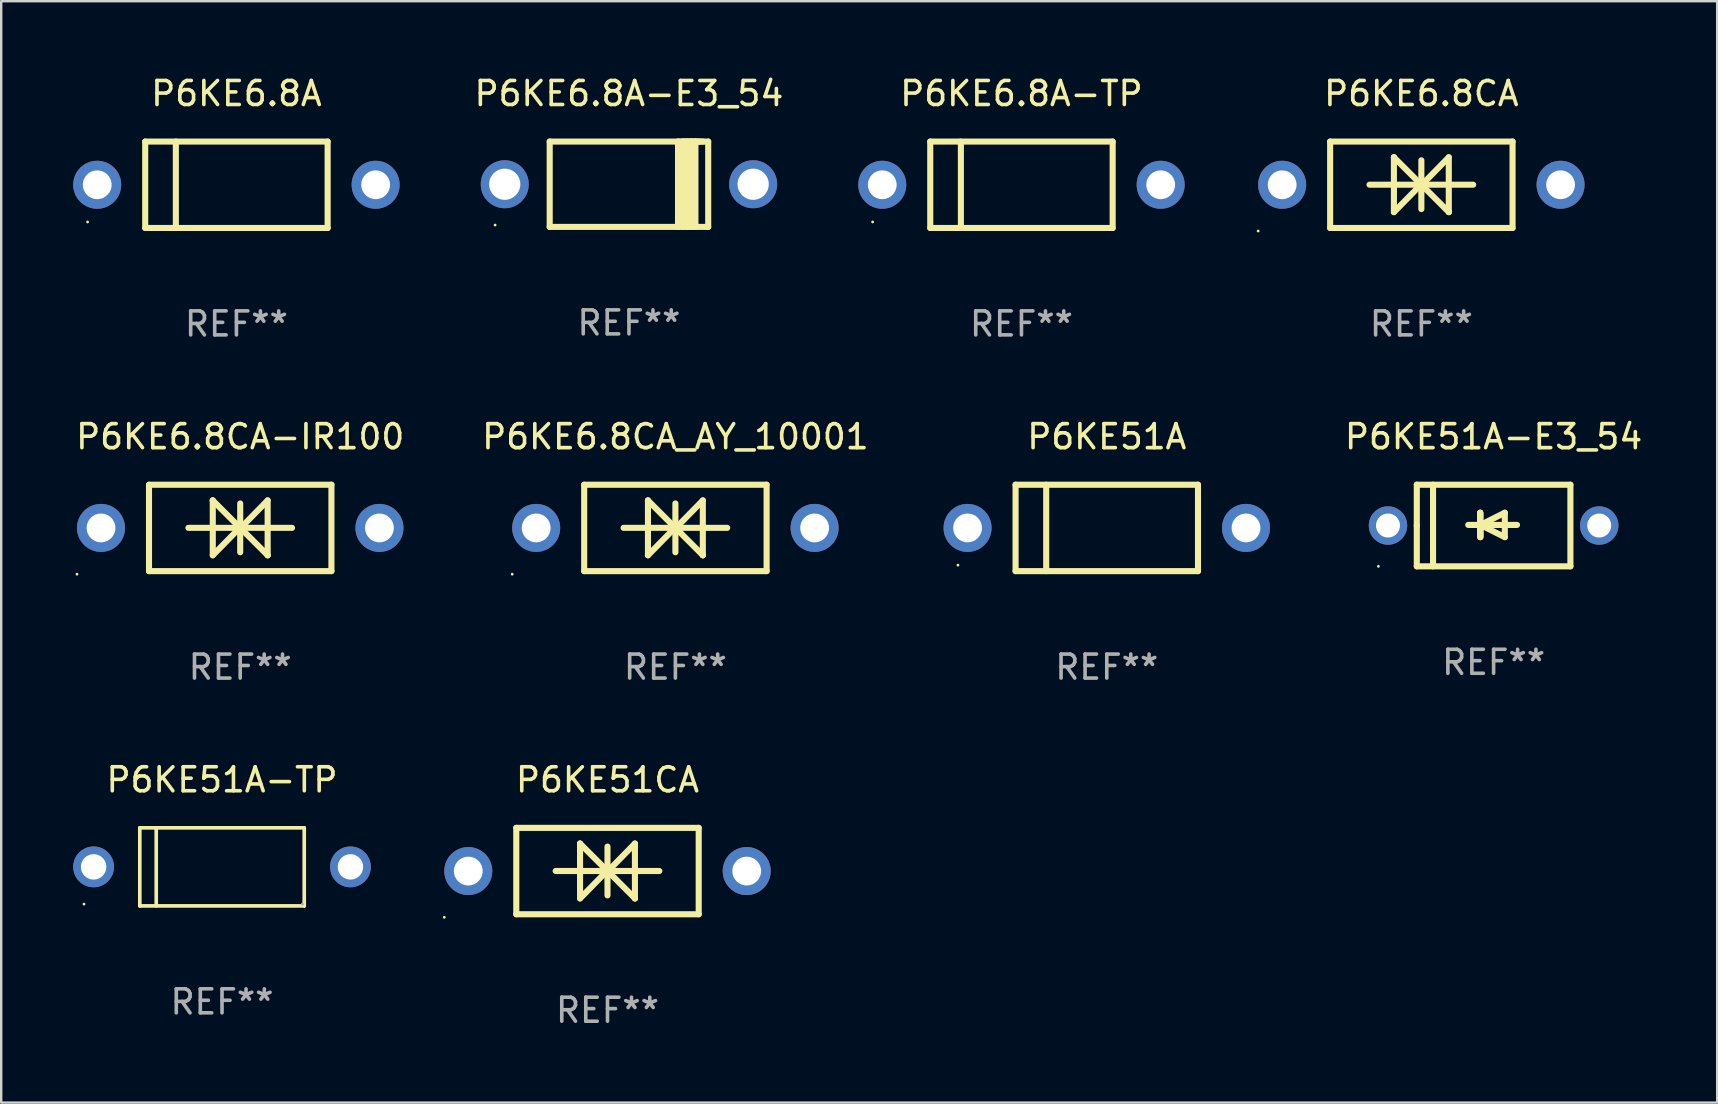
<source format=kicad_pcb>
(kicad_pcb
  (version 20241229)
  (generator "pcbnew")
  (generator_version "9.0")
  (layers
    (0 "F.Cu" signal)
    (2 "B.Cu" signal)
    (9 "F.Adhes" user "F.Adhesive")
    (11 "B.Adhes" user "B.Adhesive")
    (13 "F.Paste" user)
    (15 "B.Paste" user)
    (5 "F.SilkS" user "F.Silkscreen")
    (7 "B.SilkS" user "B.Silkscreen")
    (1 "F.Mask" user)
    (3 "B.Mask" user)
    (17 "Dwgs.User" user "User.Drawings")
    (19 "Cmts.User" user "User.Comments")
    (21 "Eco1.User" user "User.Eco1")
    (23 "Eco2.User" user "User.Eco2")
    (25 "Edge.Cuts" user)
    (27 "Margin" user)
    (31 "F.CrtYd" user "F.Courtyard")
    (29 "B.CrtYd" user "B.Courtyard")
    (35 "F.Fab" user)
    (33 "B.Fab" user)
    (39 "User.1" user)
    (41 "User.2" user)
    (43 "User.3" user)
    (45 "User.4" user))
  (footprint "P6KE6.8A-TP"
    (layer "F.Cu")
    (at 39.507 4.648)
    (property "Reference" "P6KE6.8A-TP" (at 0 -3.8 0) (layer "F.SilkS") (effects (font (size 1 1) (thickness 0.15))))
    (attr through_hole)
    (fp_line (start -3.8 -1.8) (end -3.8 1.8) (stroke (width 0.254) (type solid)) (layer "F.SilkS"))
    (fp_line (start -3.8 -1.8) (end 3.8 -1.8) (stroke (width 0.254) (type solid)) (layer "F.SilkS"))
    (fp_line (start -3.8 1.8) (end 3.8 1.8) (stroke (width 0.254) (type solid)) (layer "F.SilkS"))
    (fp_line (start -2.524 -1.8) (end -2.524 1.8) (stroke (width 0.254) (type solid)) (layer "F.SilkS"))
    (fp_line (start 3.8 -1.8) (end 3.8 1.8) (stroke (width 0.254) (type solid)) (layer "F.SilkS"))
    (fp_circle (center -6.2 1.55) (end -6.17 1.55) (stroke (width 0.06) (type solid)) (fill no) (layer "F.SilkS"))
    (fp_text user "REF**" (at 0 5.8 0) (layer "F.Fab") (effects (font (size 1 1) (thickness 0.15))))
    (pad "1" thru_hole circle (at -5.8 0) (size 2 2) (drill 1.2) (layers "*.Cu" "*.Mask"))
    (pad "2" thru_hole circle (at 5.8 0) (size 2 2) (drill 1.2) (layers "*.Cu" "*.Mask")))
  (footprint "P6KE6.8CA-IR100"
    (layer "F.Cu")
    (at 6.958 18.945)
    (property "Reference" "P6KE6.8CA-IR100" (at 0 -3.8 0) (layer "F.SilkS") (effects (font (size 1 1) (thickness 0.15))))
    (attr through_hole)
    (fp_line (start -3.8 -1.8) (end -3.8 1.8) (stroke (width 0.254) (type solid)) (layer "F.SilkS"))
    (fp_line (start -3.8 -1.8) (end 3.8 -1.8) (stroke (width 0.254) (type solid)) (layer "F.SilkS"))
    (fp_line (start -3.8 1.8) (end 3.8 1.8) (stroke (width 0.254) (type solid)) (layer "F.SilkS"))
    (fp_line (start -2.159 -0.003) (end 2.159 -0.003) (stroke (width 0.254) (type solid)) (layer "F.SilkS"))
    (fp_line (start -1.143 -1.146) (end -1.143 1.14) (stroke (width 0.254) (type solid)) (layer "F.SilkS"))
    (fp_line (start -1.143 -1.143) (end -1.143 -1.146) (stroke (width 0.254) (type solid)) (layer "F.SilkS"))
    (fp_line (start 0 -1.019) (end 0 1.013) (stroke (width 0.254) (type solid)) (layer "F.SilkS"))
    (fp_line (start 0 -0.026) (end -1.143 1.14) (stroke (width 0.254) (type solid)) (layer "F.SilkS"))
    (fp_line (start 0 -0.006) (end 1.143 1.137) (stroke (width 0.254) (type solid)) (layer "F.SilkS"))
    (fp_line (start 0 0) (end -1.143 -1.143) (stroke (width 0.254) (type solid)) (layer "F.SilkS"))
    (fp_line (start 0 0.02) (end 1.143 -1.146) (stroke (width 0.254) (type solid)) (layer "F.SilkS"))
    (fp_line (start 1.143 1.137) (end 1.143 1.14) (stroke (width 0.254) (type solid)) (layer "F.SilkS"))
    (fp_line (start 1.143 1.14) (end 1.143 -1.146) (stroke (width 0.254) (type solid)) (layer "F.SilkS"))
    (fp_line (start 3.8 -1.8) (end 3.8 1.8) (stroke (width 0.254) (type solid)) (layer "F.SilkS"))
    (fp_circle (center -6.8 1.927) (end -6.77 1.927) (stroke (width 0.06) (type solid)) (fill no) (layer "F.SilkS"))
    (fp_text user "REF**" (at 0 5.8 0) (layer "F.Fab") (effects (font (size 1 1) (thickness 0.15))))
    (pad "1" thru_hole circle (at -5.8 0) (size 2 2) (drill 1.2) (layers "*.Cu" "*.Mask"))
    (pad "2" thru_hole circle (at 5.8 0) (size 2 2) (drill 1.2) (layers "*.Cu" "*.Mask")))
  (footprint "P6KE51A"
    (layer "F.Cu")
    (at 43.062 18.945)
    (property "Reference" "P6KE51A" (at 0 -3.8 0) (layer "F.SilkS") (effects (font (size 1 1) (thickness 0.15))))
    (attr through_hole)
    (fp_line (start -3.8 -1.8) (end -3.8 1.8) (stroke (width 0.254) (type solid)) (layer "F.SilkS"))
    (fp_line (start -3.8 -1.8) (end 3.8 -1.8) (stroke (width 0.254) (type solid)) (layer "F.SilkS"))
    (fp_line (start -3.8 1.8) (end 3.8 1.8) (stroke (width 0.254) (type solid)) (layer "F.SilkS"))
    (fp_line (start -2.524 -1.8) (end -2.524 1.8) (stroke (width 0.254) (type solid)) (layer "F.SilkS"))
    (fp_line (start 3.8 -1.8) (end 3.8 1.8) (stroke (width 0.254) (type solid)) (layer "F.SilkS"))
    (fp_circle (center -6.2 1.55) (end -6.17 1.55) (stroke (width 0.06) (type solid)) (fill no) (layer "F.SilkS"))
    (fp_text user "REF**" (at 0 5.8 0) (layer "F.Fab") (effects (font (size 1 1) (thickness 0.15))))
    (pad "1" thru_hole circle (at -5.8 0) (size 2 2) (drill 1.2) (layers "*.Cu" "*.Mask"))
    (pad "2" thru_hole circle (at 5.8 0) (size 2 2) (drill 1.2) (layers "*.Cu" "*.Mask")))
  (footprint "P6KE6.8A"
    (layer "F.Cu")
    (at 6.8 4.648)
    (property "Reference" "P6KE6.8A" (at 0 -3.8 0) (layer "F.SilkS") (effects (font (size 1 1) (thickness 0.15))))
    (attr through_hole)
    (fp_line (start -3.8 -1.8) (end -3.8 1.8) (stroke (width 0.254) (type solid)) (layer "F.SilkS"))
    (fp_line (start -3.8 -1.8) (end 3.8 -1.8) (stroke (width 0.254) (type solid)) (layer "F.SilkS"))
    (fp_line (start -3.8 1.8) (end 3.8 1.8) (stroke (width 0.254) (type solid)) (layer "F.SilkS"))
    (fp_line (start -2.524 -1.8) (end -2.524 1.8) (stroke (width 0.254) (type solid)) (layer "F.SilkS"))
    (fp_line (start 3.8 -1.8) (end 3.8 1.8) (stroke (width 0.254) (type solid)) (layer "F.SilkS"))
    (fp_circle (center -6.2 1.55) (end -6.17 1.55) (stroke (width 0.06) (type solid)) (fill no) (layer "F.SilkS"))
    (fp_text user "REF**" (at 0 5.8 0) (layer "F.Fab") (effects (font (size 1 1) (thickness 0.15))))
    (pad "1" thru_hole circle (at -5.8 0) (size 2 2) (drill 1.2) (layers "*.Cu" "*.Mask"))
    (pad "2" thru_hole circle (at 5.8 0) (size 2 2) (drill 1.2) (layers "*.Cu" "*.Mask")))
  (footprint "P6KE51A-TP"
    (layer "F.Cu")
    (at 6.2 33.067)
    (property "Reference" "P6KE51A-TP" (at 0 -3.626 0) (layer "F.SilkS") (effects (font (size 1 1) (thickness 0.15))))
    (attr through_hole)
    (fp_line (start -3.426 -1.626) (end 3.426 -1.626) (stroke (width 0.152) (type solid)) (layer "F.SilkS"))
    (fp_line (start -3.426 1.626) (end -3.426 -1.626) (stroke (width 0.152) (type solid)) (layer "F.SilkS"))
    (fp_line (start -2.741 -1.626) (end -2.741 1.626) (stroke (width 0.152) (type solid)) (layer "F.SilkS"))
    (fp_line (start 3.426 -1.626) (end 3.426 1.626) (stroke (width 0.152) (type solid)) (layer "F.SilkS"))
    (fp_line (start 3.426 1.626) (end -3.426 1.626) (stroke (width 0.152) (type solid)) (layer "F.SilkS"))
    (fp_circle (center -5.75 1.55) (end -5.72 1.55) (stroke (width 0.06) (type solid)) (fill no) (layer "F.SilkS"))
    (fp_circle (center 3.35 1.55) (end 3.38 1.55) (stroke (width 0.06) (type solid)) (fill no) (layer "F.Fab"))
    (fp_text user "REF**" (at 0 5.626 0) (layer "F.Fab") (effects (font (size 1 1) (thickness 0.15))))
    (pad "1" thru_hole circle (at -5.35 -0.000013) (size 1.7 1.7) (drill 1.06) (layers "*.Cu" "*.Mask"))
    (pad "2" thru_hole circle (at 5.35 -0.000013) (size 1.7 1.7) (drill 1.06) (layers "*.Cu" "*.Mask")))
  (footprint "P6KE51A-E3_54"
    (layer "F.Cu")
    (at 59.178 18.845)
    (property "Reference" "P6KE51A-E3_54" (at 0 -3.7 0) (layer "F.SilkS") (effects (font (size 1 1) (thickness 0.15))))
    (attr through_hole)
    (fp_line (start -3.2 -1.7) (end 3.2 -1.7) (stroke (width 0.254) (type solid)) (layer "F.SilkS"))
    (fp_line (start -3.2 0) (end -3.2 -1.7) (stroke (width 0.254) (type solid)) (layer "F.SilkS"))
    (fp_line (start -3.2 1.7) (end -3.2 0) (stroke (width 0.254) (type solid)) (layer "F.SilkS"))
    (fp_line (start -2.523 -1.7) (end -2.523 1.7) (stroke (width 0.254) (type solid)) (layer "F.SilkS"))
    (fp_line (start -0.561 -0.533) (end -0.561 0.483) (stroke (width 0.254) (type solid)) (layer "F.SilkS"))
    (fp_line (start -0.561 -0.025) (end -0.561 -0.533) (stroke (width 0.254) (type solid)) (layer "F.SilkS"))
    (fp_line (start -0.549 -0.025) (end -0.549 0.483) (stroke (width 0.254) (type solid)) (layer "F.SilkS"))
    (fp_line (start -0.549 -0.025) (end 0.467 0.483) (stroke (width 0.254) (type solid)) (layer "F.SilkS"))
    (fp_line (start -0.549 0.483) (end -0.549 -0.533) (stroke (width 0.254) (type solid)) (layer "F.SilkS"))
    (fp_line (start 0.467 -0.533) (end -0.549 -0.025) (stroke (width 0.254) (type solid)) (layer "F.SilkS"))
    (fp_line (start 0.467 0.483) (end 0.467 -0.533) (stroke (width 0.254) (type solid)) (layer "F.SilkS"))
    (fp_line (start 0.975 -0.025) (end -1.057 -0.025) (stroke (width 0.254) (type solid)) (layer "F.SilkS"))
    (fp_line (start 3.2 -1.7) (end 3.2 1.7) (stroke (width 0.254) (type solid)) (layer "F.SilkS"))
    (fp_line (start 3.2 1.7) (end -3.2 1.7) (stroke (width 0.254) (type solid)) (layer "F.SilkS"))
    (fp_circle (center -4.8 1.7) (end -4.77 1.7) (stroke (width 0.06) (type solid)) (fill no) (layer "F.SilkS"))
    (fp_text user "REF**" (at 0 5.7 0) (layer "F.Fab") (effects (font (size 1 1) (thickness 0.15))))
    (pad "1" thru_hole circle (at -4.4 0) (size 1.6 1.6) (drill 1) (layers "*.Cu" "*.Mask"))
    (pad "2" thru_hole circle (at 4.4 0) (size 1.6 1.6) (drill 1) (layers "*.Cu" "*.Mask")))
  (footprint "P6KE6.8CA"
    (layer "F.Cu")
    (at 56.168 4.648)
    (property "Reference" "P6KE6.8CA" (at 0 -3.8 0) (layer "F.SilkS") (effects (font (size 1 1) (thickness 0.15))))
    (attr through_hole)
    (fp_line (start -3.8 -1.8) (end -3.8 1.8) (stroke (width 0.254) (type solid)) (layer "F.SilkS"))
    (fp_line (start -3.8 -1.8) (end 3.8 -1.8) (stroke (width 0.254) (type solid)) (layer "F.SilkS"))
    (fp_line (start -3.8 1.8) (end 3.8 1.8) (stroke (width 0.254) (type solid)) (layer "F.SilkS"))
    (fp_line (start -2.159 -0.003) (end 2.159 -0.003) (stroke (width 0.254) (type solid)) (layer "F.SilkS"))
    (fp_line (start -1.143 -1.146) (end -1.143 1.14) (stroke (width 0.254) (type solid)) (layer "F.SilkS"))
    (fp_line (start -1.143 -1.143) (end -1.143 -1.146) (stroke (width 0.254) (type solid)) (layer "F.SilkS"))
    (fp_line (start 0 -1.019) (end 0 1.013) (stroke (width 0.254) (type solid)) (layer "F.SilkS"))
    (fp_line (start 0 -0.026) (end -1.143 1.14) (stroke (width 0.254) (type solid)) (layer "F.SilkS"))
    (fp_line (start 0 -0.006) (end 1.143 1.137) (stroke (width 0.254) (type solid)) (layer "F.SilkS"))
    (fp_line (start 0 0) (end -1.143 -1.143) (stroke (width 0.254) (type solid)) (layer "F.SilkS"))
    (fp_line (start 0 0.02) (end 1.143 -1.146) (stroke (width 0.254) (type solid)) (layer "F.SilkS"))
    (fp_line (start 1.143 1.137) (end 1.143 1.14) (stroke (width 0.254) (type solid)) (layer "F.SilkS"))
    (fp_line (start 1.143 1.14) (end 1.143 -1.146) (stroke (width 0.254) (type solid)) (layer "F.SilkS"))
    (fp_line (start 3.8 -1.8) (end 3.8 1.8) (stroke (width 0.254) (type solid)) (layer "F.SilkS"))
    (fp_circle (center -6.8 1.927) (end -6.77 1.927) (stroke (width 0.06) (type solid)) (fill no) (layer "F.SilkS"))
    (fp_text user "REF**" (at 0 5.8 0) (layer "F.Fab") (effects (font (size 1 1) (thickness 0.15))))
    (pad "1" thru_hole circle (at -5.8 0) (size 2 2) (drill 1.2) (layers "*.Cu" "*.Mask"))
    (pad "2" thru_hole circle (at 5.8 0) (size 2 2) (drill 1.2) (layers "*.Cu" "*.Mask")))
  (footprint "P6KE6.8A-E3_54"
    (layer "F.Cu")
    (at 23.154 4.626)
    (property "Reference" "P6KE6.8A-E3_54" (at 0 -3.778 0) (layer "F.SilkS") (effects (font (size 1 1) (thickness 0.15))))
    (attr through_hole)
    (fp_line (start -3.302 -1.778) (end -3.302 1.778) (stroke (width 0.254) (type solid)) (layer "F.SilkS"))
    (fp_line (start -3.302 1.778) (end 3.302 1.778) (stroke (width 0.254) (type solid)) (layer "F.SilkS"))
    (fp_line (start 2.045 -1.778) (end 2.045 1.778) (stroke (width 0.254) (type solid)) (layer "F.SilkS"))
    (fp_line (start 2.261 -1.778) (end 2.261 1.778) (stroke (width 0.254) (type solid)) (layer "F.SilkS"))
    (fp_line (start 2.421 -1.778) (end 2.045 -1.778) (stroke (width 0.254) (type solid)) (layer "F.SilkS"))
    (fp_line (start 2.439 -1.778) (end 2.439 1.778) (stroke (width 0.254) (type solid)) (layer "F.SilkS"))
    (fp_line (start 2.579 -1.778) (end 2.261 -1.778) (stroke (width 0.254) (type solid)) (layer "F.SilkS"))
    (fp_line (start 2.604 -1.778) (end 2.604 1.778) (stroke (width 0.254) (type solid)) (layer "F.SilkS"))
    (fp_line (start 2.757 -1.778) (end 2.439 -1.778) (stroke (width 0.254) (type solid)) (layer "F.SilkS"))
    (fp_line (start 2.769 -1.778) (end 2.769 1.778) (stroke (width 0.254) (type solid)) (layer "F.SilkS"))
    (fp_line (start 2.922 -1.778) (end 2.604 -1.778) (stroke (width 0.254) (type solid)) (layer "F.SilkS"))
    (fp_line (start 3.087 -1.778) (end 2.769 -1.778) (stroke (width 0.254) (type solid)) (layer "F.SilkS"))
    (fp_line (start 3.302 -1.778) (end -3.302 -1.778) (stroke (width 0.254) (type solid)) (layer "F.SilkS"))
    (fp_line (start 3.302 1.778) (end 3.302 -1.778) (stroke (width 0.254) (type solid)) (layer "F.SilkS"))
    (fp_circle (center -5.576 1.7) (end -5.546 1.7) (stroke (width 0.06) (type solid)) (fill no) (layer "F.SilkS"))
    (fp_text user "REF**" (at 0 5.778 0) (layer "F.Fab") (effects (font (size 1 1) (thickness 0.15))))
    (pad "1" thru_hole circle (at -5.175 0) (size 2 2) (drill 1.3) (layers "*.Cu" "*.Mask"))
    (pad "2" thru_hole circle (at 5.175 0) (size 2 2) (drill 1.3) (layers "*.Cu" "*.Mask")))
  (footprint "P6KE6.8CA_AY_10001"
    (layer "F.Cu")
    (at 25.089 18.945)
    (property "Reference" "P6KE6.8CA_AY_10001" (at 0 -3.8 0) (layer "F.SilkS") (effects (font (size 1 1) (thickness 0.15))))
    (attr through_hole)
    (fp_line (start -3.8 -1.8) (end -3.8 1.8) (stroke (width 0.254) (type solid)) (layer "F.SilkS"))
    (fp_line (start -3.8 -1.8) (end 3.8 -1.8) (stroke (width 0.254) (type solid)) (layer "F.SilkS"))
    (fp_line (start -3.8 1.8) (end 3.8 1.8) (stroke (width 0.254) (type solid)) (layer "F.SilkS"))
    (fp_line (start -2.159 -0.003) (end 2.159 -0.003) (stroke (width 0.254) (type solid)) (layer "F.SilkS"))
    (fp_line (start -1.143 -1.146) (end -1.143 1.14) (stroke (width 0.254) (type solid)) (layer "F.SilkS"))
    (fp_line (start -1.143 -1.143) (end -1.143 -1.146) (stroke (width 0.254) (type solid)) (layer "F.SilkS"))
    (fp_line (start 0 -1.019) (end 0 1.013) (stroke (width 0.254) (type solid)) (layer "F.SilkS"))
    (fp_line (start 0 -0.026) (end -1.143 1.14) (stroke (width 0.254) (type solid)) (layer "F.SilkS"))
    (fp_line (start 0 -0.006) (end 1.143 1.137) (stroke (width 0.254) (type solid)) (layer "F.SilkS"))
    (fp_line (start 0 0) (end -1.143 -1.143) (stroke (width 0.254) (type solid)) (layer "F.SilkS"))
    (fp_line (start 0 0.02) (end 1.143 -1.146) (stroke (width 0.254) (type solid)) (layer "F.SilkS"))
    (fp_line (start 1.143 1.137) (end 1.143 1.14) (stroke (width 0.254) (type solid)) (layer "F.SilkS"))
    (fp_line (start 1.143 1.14) (end 1.143 -1.146) (stroke (width 0.254) (type solid)) (layer "F.SilkS"))
    (fp_line (start 3.8 -1.8) (end 3.8 1.8) (stroke (width 0.254) (type solid)) (layer "F.SilkS"))
    (fp_circle (center -6.8 1.927) (end -6.77 1.927) (stroke (width 0.06) (type solid)) (fill no) (layer "F.SilkS"))
    (fp_text user "REF**" (at 0 5.8 0) (layer "F.Fab") (effects (font (size 1 1) (thickness 0.15))))
    (pad "1" thru_hole circle (at -5.8 0) (size 2 2) (drill 1.2) (layers "*.Cu" "*.Mask"))
    (pad "2" thru_hole circle (at 5.8 0) (size 2 2) (drill 1.2) (layers "*.Cu" "*.Mask")))
  (footprint "P6KE51CA"
    (layer "F.Cu")
    (at 22.26 33.241)
    (property "Reference" "P6KE51CA" (at 0 -3.8 0) (layer "F.SilkS") (effects (font (size 1 1) (thickness 0.15))))
    (attr through_hole)
    (fp_line (start -3.8 -1.8) (end -3.8 1.8) (stroke (width 0.254) (type solid)) (layer "F.SilkS"))
    (fp_line (start -3.8 -1.8) (end 3.8 -1.8) (stroke (width 0.254) (type solid)) (layer "F.SilkS"))
    (fp_line (start -3.8 1.8) (end 3.8 1.8) (stroke (width 0.254) (type solid)) (layer "F.SilkS"))
    (fp_line (start -2.159 -0.003) (end 2.159 -0.003) (stroke (width 0.254) (type solid)) (layer "F.SilkS"))
    (fp_line (start -1.143 -1.146) (end -1.143 1.14) (stroke (width 0.254) (type solid)) (layer "F.SilkS"))
    (fp_line (start -1.143 -1.143) (end -1.143 -1.146) (stroke (width 0.254) (type solid)) (layer "F.SilkS"))
    (fp_line (start 0 -1.019) (end 0 1.013) (stroke (width 0.254) (type solid)) (layer "F.SilkS"))
    (fp_line (start 0 -0.026) (end -1.143 1.14) (stroke (width 0.254) (type solid)) (layer "F.SilkS"))
    (fp_line (start 0 -0.006) (end 1.143 1.137) (stroke (width 0.254) (type solid)) (layer "F.SilkS"))
    (fp_line (start 0 0) (end -1.143 -1.143) (stroke (width 0.254) (type solid)) (layer "F.SilkS"))
    (fp_line (start 0 0.02) (end 1.143 -1.146) (stroke (width 0.254) (type solid)) (layer "F.SilkS"))
    (fp_line (start 1.143 1.137) (end 1.143 1.14) (stroke (width 0.254) (type solid)) (layer "F.SilkS"))
    (fp_line (start 1.143 1.14) (end 1.143 -1.146) (stroke (width 0.254) (type solid)) (layer "F.SilkS"))
    (fp_line (start 3.8 -1.8) (end 3.8 1.8) (stroke (width 0.254) (type solid)) (layer "F.SilkS"))
    (fp_circle (center -6.8 1.927) (end -6.77 1.927) (stroke (width 0.06) (type solid)) (fill no) (layer "F.SilkS"))
    (fp_text user "REF**" (at 0 5.8 0) (layer "F.Fab") (effects (font (size 1 1) (thickness 0.15))))
    (pad "1" thru_hole circle (at -5.8 0) (size 2 2) (drill 1.2) (layers "*.Cu" "*.Mask"))
    (pad "2" thru_hole circle (at 5.8 0) (size 2 2) (drill 1.2) (layers "*.Cu" "*.Mask")))
  (gr_rect
    (start -3 -3)
    (end 68.493 42.889)
    (stroke (width 0.1) (type default))
    (fill no)
    (layer "Edge.Cuts")))
</source>
